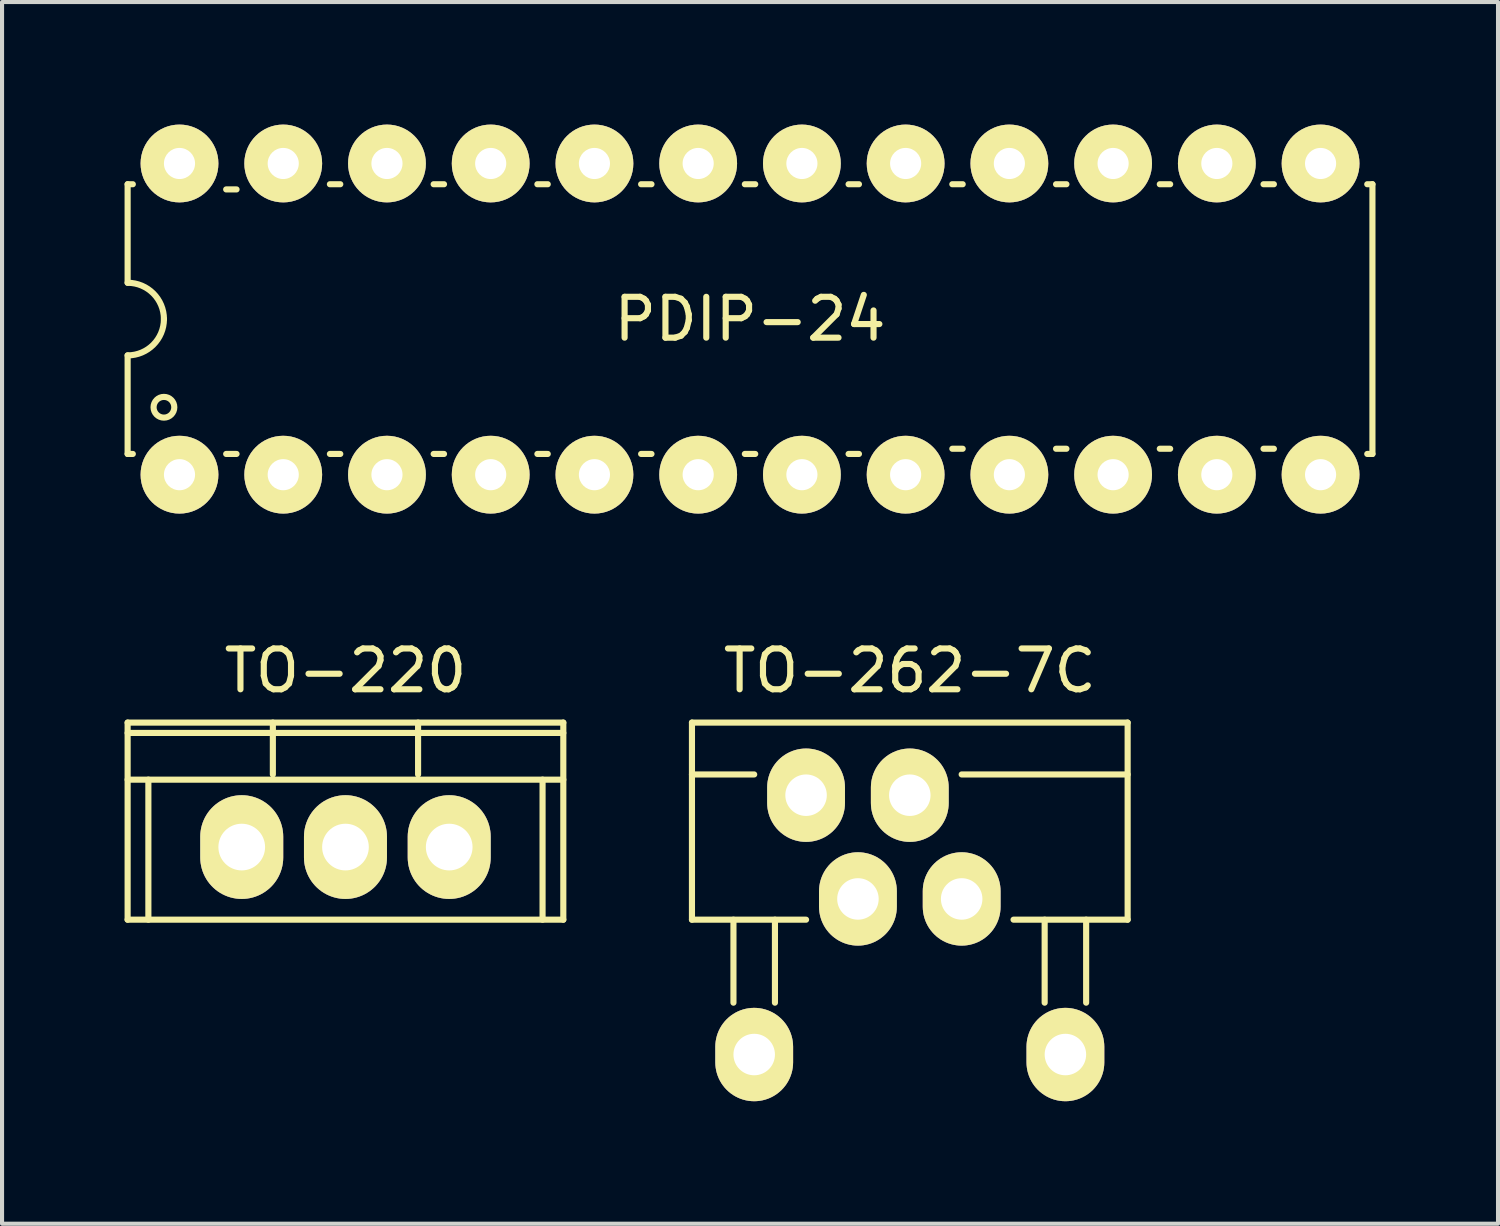
<source format=kicad_pcb>
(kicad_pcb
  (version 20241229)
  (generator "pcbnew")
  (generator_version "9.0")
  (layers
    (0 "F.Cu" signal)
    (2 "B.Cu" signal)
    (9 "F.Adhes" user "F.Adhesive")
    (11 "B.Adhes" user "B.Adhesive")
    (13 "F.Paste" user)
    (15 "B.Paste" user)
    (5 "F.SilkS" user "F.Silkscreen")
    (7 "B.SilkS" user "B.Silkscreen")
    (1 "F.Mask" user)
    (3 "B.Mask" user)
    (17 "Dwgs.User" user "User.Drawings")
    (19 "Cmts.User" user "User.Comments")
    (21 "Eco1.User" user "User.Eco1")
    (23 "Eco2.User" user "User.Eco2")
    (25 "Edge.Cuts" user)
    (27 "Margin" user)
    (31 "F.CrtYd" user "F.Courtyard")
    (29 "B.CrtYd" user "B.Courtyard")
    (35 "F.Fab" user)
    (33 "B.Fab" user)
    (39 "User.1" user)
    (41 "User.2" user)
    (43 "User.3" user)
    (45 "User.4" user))
  (footprint "TO-262-7C"
    (layer "F.Cu")
    (at 19.227 17.691)
    (property "Reference" "TO-262-7C" (at 0 -4.318 0) (layer "F.SilkS") (effects (font (size 1 1) (thickness 0.15))))
    (attr through_hole)
    (fp_line (start -5.334 -3.048) (end -5.334 1.778) (stroke (width 0.15) (type solid)) (layer "F.SilkS"))
    (fp_line (start -5.334 -1.778) (end -3.81 -1.778) (stroke (width 0.15) (type solid)) (layer "F.SilkS"))
    (fp_line (start -5.334 1.778) (end -2.54 1.778) (stroke (width 0.15) (type solid)) (layer "F.SilkS"))
    (fp_line (start -4.318 3.81) (end -4.318 1.778) (stroke (width 0.15) (type solid)) (layer "F.SilkS"))
    (fp_line (start -3.302 3.81) (end -3.302 1.778) (stroke (width 0.15) (type solid)) (layer "F.SilkS"))
    (fp_line (start 3.302 3.81) (end 3.302 1.778) (stroke (width 0.15) (type solid)) (layer "F.SilkS"))
    (fp_line (start 4.318 3.81) (end 4.318 1.778) (stroke (width 0.15) (type solid)) (layer "F.SilkS"))
    (fp_line (start 5.334 -3.048) (end -5.334 -3.048) (stroke (width 0.15) (type solid)) (layer "F.SilkS"))
    (fp_line (start 5.334 -3.048) (end 5.334 1.778) (stroke (width 0.15) (type solid)) (layer "F.SilkS"))
    (fp_line (start 5.334 -1.778) (end 1.27 -1.778) (stroke (width 0.15) (type solid)) (layer "F.SilkS"))
    (fp_line (start 5.334 1.778) (end 2.54 1.778) (stroke (width 0.15) (type solid)) (layer "F.SilkS"))
    (pad "1" thru_hole oval (at -3.81 5.08) (size 1.905 2.286) (drill 1.016) (layers "*.Cu" "*.Mask" "F.SilkS"))
    (pad "2" thru_hole oval (at -2.54 -1.27) (size 1.905 2.286) (drill 1.016) (layers "*.Cu" "*.Mask" "F.SilkS"))
    (pad "3" thru_hole oval (at -1.27 1.27) (size 1.905 2.286) (drill 1.016) (layers "*.Cu" "*.Mask" "F.SilkS"))
    (pad "4" thru_hole oval (at 0 -1.27) (size 1.905 2.286) (drill 1.016) (layers "*.Cu" "*.Mask" "F.SilkS"))
    (pad "5" thru_hole oval (at 1.27 1.27) (size 1.905 2.286) (drill 1.016) (layers "*.Cu" "*.Mask" "F.SilkS"))
    (pad "7" thru_hole oval (at 3.81 5.08) (size 1.905 2.286) (drill 1.016) (layers "*.Cu" "*.Mask" "F.SilkS")))
  (footprint "TO-220"
    (layer "F.Cu")
    (at 5.409 17.691)
    (property "Reference" "TO-220" (at 0 -4.318 0) (layer "F.SilkS") (effects (font (size 1 1) (thickness 0.15))))
    (attr through_hole)
    (fp_line (start -5.334 -3.048) (end -5.334 1.778) (stroke (width 0.15) (type solid)) (layer "F.SilkS"))
    (fp_line (start -5.334 -1.651) (end 5.334 -1.651) (stroke (width 0.15) (type solid)) (layer "F.SilkS"))
    (fp_line (start -4.826 -1.651) (end -4.826 1.778) (stroke (width 0.15) (type solid)) (layer "F.SilkS"))
    (fp_line (start -1.778 -1.778) (end -1.778 -3.048) (stroke (width 0.15) (type solid)) (layer "F.SilkS"))
    (fp_line (start 1.778 -1.778) (end 1.778 -3.048) (stroke (width 0.15) (type solid)) (layer "F.SilkS"))
    (fp_line (start 4.826 -1.651) (end 4.826 1.778) (stroke (width 0.15) (type solid)) (layer "F.SilkS"))
    (fp_line (start 5.334 -3.048) (end -5.334 -3.048) (stroke (width 0.15) (type solid)) (layer "F.SilkS"))
    (fp_line (start 5.334 -3.048) (end 5.334 1.778) (stroke (width 0.15) (type solid)) (layer "F.SilkS"))
    (fp_line (start 5.334 -2.794) (end -5.334 -2.794) (stroke (width 0.15) (type solid)) (layer "F.SilkS"))
    (fp_line (start 5.334 1.778) (end -5.334 1.778) (stroke (width 0.15) (type solid)) (layer "F.SilkS"))
    (pad "1" thru_hole oval (at -2.54 0) (size 2.032 2.54) (drill 1.143) (layers "*.Cu" "*.Mask" "F.SilkS"))
    (pad "2" thru_hole oval (at 0 0) (size 2.032 2.54) (drill 1.143) (layers "*.Cu" "*.Mask" "F.SilkS"))
    (pad "3" thru_hole oval (at 2.54 0) (size 2.032 2.54) (drill 1.143) (layers "*.Cu" "*.Mask" "F.SilkS")))
  (footprint "PDIP-24"
    (layer "F.Cu")
    (at 15.315 4.763)
    (property "Reference" "PDIP-24" (at 0 0 0) (layer "F.SilkS") (effects (font (size 1 1) (thickness 0.15))))
    (attr through_hole)
    (fp_line (start -15.24 -3.302) (end -15.113 -3.302) (stroke (width 0.15) (type solid)) (layer "F.SilkS"))
    (fp_line (start -15.24 -0.889) (end -15.24 -3.302) (stroke (width 0.15) (type solid)) (layer "F.SilkS"))
    (fp_line (start -15.24 0.889) (end -15.24 3.302) (stroke (width 0.15) (type solid)) (layer "F.SilkS"))
    (fp_line (start -15.24 3.302) (end -15.113 3.302) (stroke (width 0.15) (type solid)) (layer "F.SilkS"))
    (fp_line (start -12.827 3.302) (end -12.573 3.302) (stroke (width 0.15) (type solid)) (layer "F.SilkS"))
    (fp_line (start -12.573 -3.175) (end -12.827 -3.175) (stroke (width 0.15) (type solid)) (layer "F.SilkS"))
    (fp_line (start -10.287 3.302) (end -10.033 3.302) (stroke (width 0.15) (type solid)) (layer "F.SilkS"))
    (fp_line (start -10.033 -3.302) (end -10.287 -3.302) (stroke (width 0.15) (type solid)) (layer "F.SilkS"))
    (fp_line (start -7.747 3.302) (end -7.493 3.302) (stroke (width 0.15) (type solid)) (layer "F.SilkS"))
    (fp_line (start -7.493 -3.302) (end -7.747 -3.302) (stroke (width 0.15) (type solid)) (layer "F.SilkS"))
    (fp_line (start -5.207 3.302) (end -4.953 3.302) (stroke (width 0.15) (type solid)) (layer "F.SilkS"))
    (fp_line (start -4.953 -3.302) (end -5.207 -3.302) (stroke (width 0.15) (type solid)) (layer "F.SilkS"))
    (fp_line (start -2.667 -3.302) (end -2.413 -3.302) (stroke (width 0.15) (type solid)) (layer "F.SilkS"))
    (fp_line (start -2.667 3.302) (end -2.413 3.302) (stroke (width 0.15) (type solid)) (layer "F.SilkS"))
    (fp_line (start -0.127 -3.302) (end 0.127 -3.302) (stroke (width 0.15) (type solid)) (layer "F.SilkS"))
    (fp_line (start -0.127 3.302) (end 0.127 3.302) (stroke (width 0.15) (type solid)) (layer "F.SilkS"))
    (fp_line (start 2.413 -3.302) (end 2.667 -3.302) (stroke (width 0.15) (type solid)) (layer "F.SilkS"))
    (fp_line (start 2.413 3.302) (end 2.667 3.302) (stroke (width 0.15) (type solid)) (layer "F.SilkS"))
    (fp_line (start 4.953 3.175) (end 5.207 3.175) (stroke (width 0.15) (type solid)) (layer "F.SilkS"))
    (fp_line (start 5.207 -3.302) (end 4.953 -3.302) (stroke (width 0.15) (type solid)) (layer "F.SilkS"))
    (fp_line (start 7.493 3.175) (end 7.747 3.175) (stroke (width 0.15) (type solid)) (layer "F.SilkS"))
    (fp_line (start 7.747 -3.302) (end 7.493 -3.302) (stroke (width 0.15) (type solid)) (layer "F.SilkS"))
    (fp_line (start 10.033 3.175) (end 10.287 3.175) (stroke (width 0.15) (type solid)) (layer "F.SilkS"))
    (fp_line (start 10.287 -3.302) (end 10.033 -3.302) (stroke (width 0.15) (type solid)) (layer "F.SilkS"))
    (fp_line (start 12.573 3.175) (end 12.827 3.175) (stroke (width 0.15) (type solid)) (layer "F.SilkS"))
    (fp_line (start 12.827 -3.302) (end 12.573 -3.302) (stroke (width 0.15) (type solid)) (layer "F.SilkS"))
    (fp_line (start 15.24 -3.302) (end 15.113 -3.302) (stroke (width 0.15) (type solid)) (layer "F.SilkS"))
    (fp_line (start 15.24 3.302) (end 15.113 3.302) (stroke (width 0.15) (type solid)) (layer "F.SilkS"))
    (fp_line (start 15.24 3.302) (end 15.24 -3.302) (stroke (width 0.15) (type solid)) (layer "F.SilkS"))
    (fp_arc (start -15.24 -0.889) (mid -14.611382 -0.628618) (end -14.351 0) (stroke (width 0.15) (type solid)) (layer "F.SilkS"))
    (fp_arc (start -14.351 0) (mid -14.611382 0.628618) (end -15.24 0.889) (stroke (width 0.15) (type solid)) (layer "F.SilkS"))
    (fp_circle (center -14.351 2.159) (end -14.097 2.159) (stroke (width 0.15) (type solid)) (fill no) (layer "F.SilkS"))
    (pad "1" thru_hole circle (at -13.97 3.81) (size 1.905 1.905) (drill 0.762) (layers "*.Cu" "*.Mask" "F.SilkS"))
    (pad "2" thru_hole circle (at -11.43 3.81) (size 1.905 1.905) (drill 0.762) (layers "*.Cu" "*.Mask" "F.SilkS"))
    (pad "3" thru_hole circle (at -8.89 3.81) (size 1.905 1.905) (drill 0.762) (layers "*.Cu" "*.Mask" "F.SilkS"))
    (pad "4" thru_hole circle (at -6.35 3.81) (size 1.905 1.905) (drill 0.762) (layers "*.Cu" "*.Mask" "F.SilkS"))
    (pad "5" thru_hole circle (at -3.81 3.81) (size 1.905 1.905) (drill 0.762) (layers "*.Cu" "*.Mask" "F.SilkS"))
    (pad "6" thru_hole circle (at -1.27 3.81) (size 1.905 1.905) (drill 0.762) (layers "*.Cu" "*.Mask" "F.SilkS"))
    (pad "7" thru_hole circle (at 1.27 3.81) (size 1.905 1.905) (drill 0.762) (layers "*.Cu" "*.Mask" "F.SilkS"))
    (pad "8" thru_hole circle (at 3.81 3.81) (size 1.905 1.905) (drill 0.762) (layers "*.Cu" "*.Mask" "F.SilkS"))
    (pad "9" thru_hole circle (at 6.35 3.81) (size 1.905 1.905) (drill 0.762) (layers "*.Cu" "*.Mask" "F.SilkS"))
    (pad "10" thru_hole circle (at 8.89 3.81) (size 1.905 1.905) (drill 0.762) (layers "*.Cu" "*.Mask" "F.SilkS"))
    (pad "11" thru_hole circle (at 11.43 3.81) (size 1.905 1.905) (drill 0.762) (layers "*.Cu" "*.Mask" "F.SilkS"))
    (pad "12" thru_hole circle (at 13.97 3.81) (size 1.905 1.905) (drill 0.762) (layers "*.Cu" "*.Mask" "F.SilkS"))
    (pad "13" thru_hole circle (at 13.97 -3.81) (size 1.905 1.905) (drill 0.762) (layers "*.Cu" "*.Mask" "F.SilkS"))
    (pad "14" thru_hole circle (at 11.43 -3.81) (size 1.905 1.905) (drill 0.762) (layers "*.Cu" "*.Mask" "F.SilkS"))
    (pad "15" thru_hole circle (at 8.89 -3.81) (size 1.905 1.905) (drill 0.762) (layers "*.Cu" "*.Mask" "F.SilkS"))
    (pad "16" thru_hole circle (at 6.35 -3.81) (size 1.905 1.905) (drill 0.762) (layers "*.Cu" "*.Mask" "F.SilkS"))
    (pad "17" thru_hole circle (at 3.81 -3.81) (size 1.905 1.905) (drill 0.762) (layers "*.Cu" "*.Mask" "F.SilkS"))
    (pad "18" thru_hole circle (at 1.27 -3.81) (size 1.905 1.905) (drill 0.762) (layers "*.Cu" "*.Mask" "F.SilkS"))
    (pad "19" thru_hole circle (at -1.27 -3.81) (size 1.905 1.905) (drill 0.762) (layers "*.Cu" "*.Mask" "F.SilkS"))
    (pad "20" thru_hole circle (at -3.81 -3.81) (size 1.905 1.905) (drill 0.762) (layers "*.Cu" "*.Mask" "F.SilkS"))
    (pad "21" thru_hole circle (at -6.35 -3.81) (size 1.905 1.905) (drill 0.762) (layers "*.Cu" "*.Mask" "F.SilkS"))
    (pad "22" thru_hole circle (at -8.89 -3.81) (size 1.905 1.905) (drill 0.762) (layers "*.Cu" "*.Mask" "F.SilkS"))
    (pad "23" thru_hole circle (at -11.43 -3.81) (size 1.905 1.905) (drill 0.762) (layers "*.Cu" "*.Mask" "F.SilkS"))
    (pad "24" thru_hole circle (at -13.97 -3.81) (size 1.905 1.905) (drill 0.762) (layers "*.Cu" "*.Mask" "F.SilkS")))
  (gr_rect
    (start -3 -3)
    (end 33.63 26.914)
    (stroke (width 0.1) (type default))
    (fill no)
    (layer "Edge.Cuts")))
</source>
